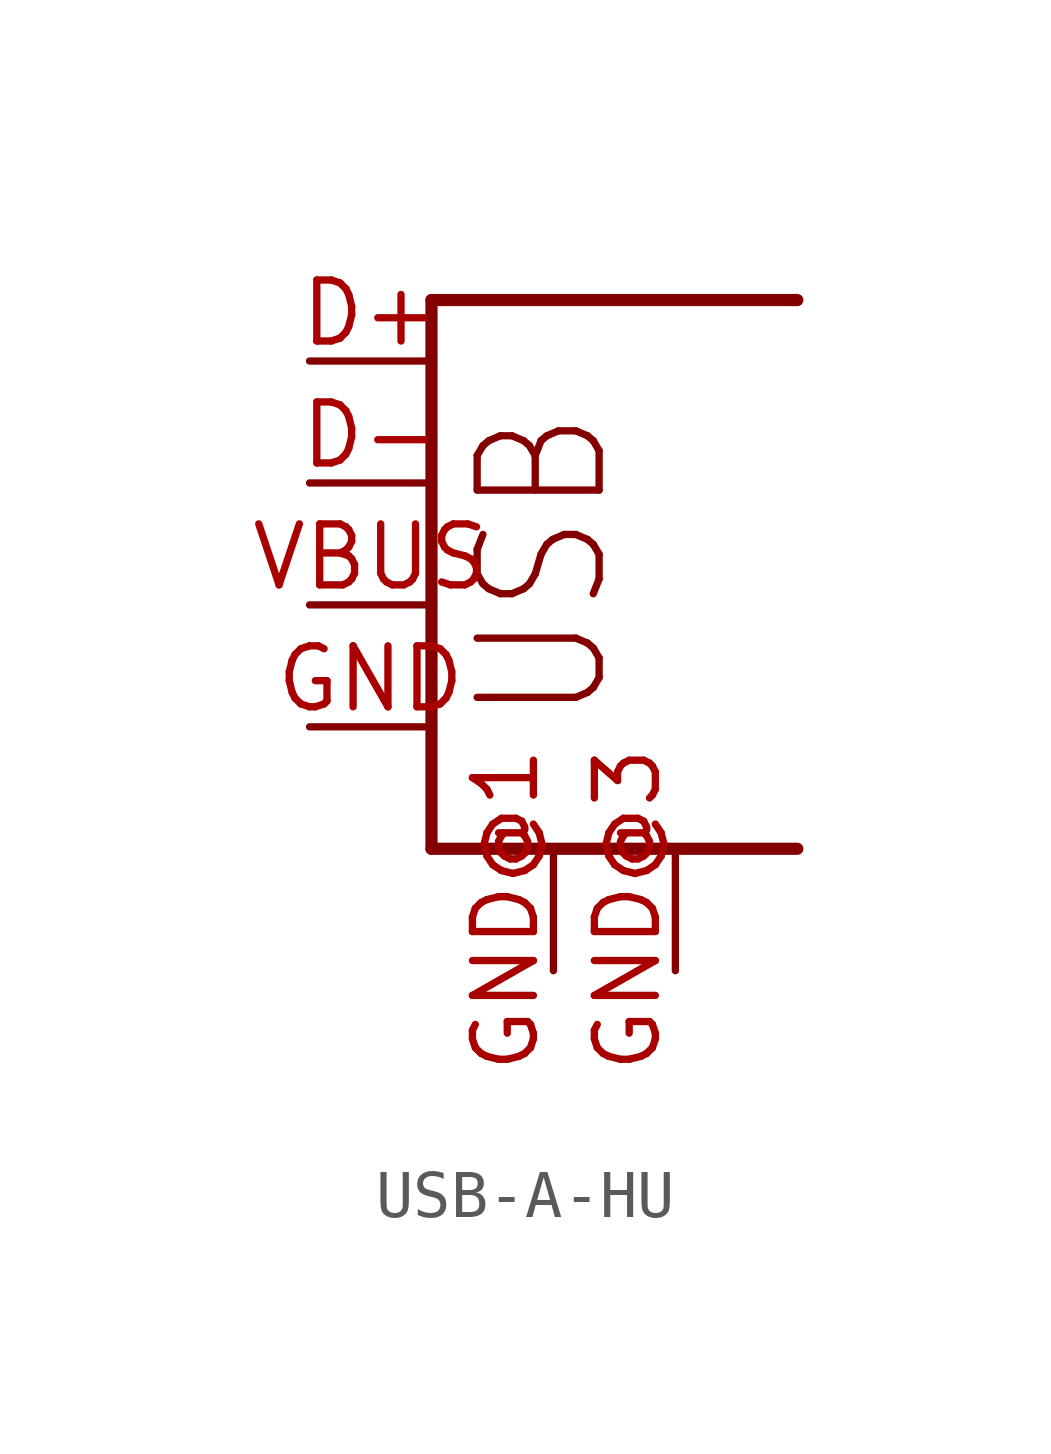
<source format=kicad_sym>
(kicad_symbol_lib
  (version 20231120)
  (generator "kicad_symbol_editor")
  (generator_version "8.0")
  (symbol "USB-A-HU"
    (property "Reference" "USB"
      (at 0 0 0)
      (effects (font (size 1.27 1.27)) (hide yes)))
    (property "ki_locked" ""
      (at 0 0 0)
      (effects (font (size 1.27 1.27))))
    (symbol "USB-A-HU_1_0"
      (polyline (pts (xy 0 -2.54) (xy 7.62 -2.54)) (stroke (width 0.254) (type solid)) (fill (type none)))
      (polyline (pts (xy 0 8.89) (xy 0 -2.54)) (stroke (width 0.254) (type solid)) (fill (type none)))
      (polyline (pts (xy 7.62 8.89) (xy 0 8.89)) (stroke (width 0.254) (type solid)) (fill (type none)))
      (text "USB" (at 3.81 0 900) (effects (font (size 2.54 2.159)) (justify left bottom)))
      (pin bidirectional line (at -2.54 7.62 0) (length 2.54) (name "D+" (effects (font (size 0 0)))) (number "D+" (effects (font (size 1.27 1.27)))))
      (pin bidirectional line (at -2.54 5.08 0) (length 2.54) (name "D-" (effects (font (size 0 0)))) (number "D-" (effects (font (size 1.27 1.27)))))
      (pin bidirectional line (at -2.54 0 0) (length 2.54) (name "GND" (effects (font (size 0 0)))) (number "GND" (effects (font (size 1.27 1.27)))))
      (pin bidirectional line (at 2.54 -5.08 90) (length 2.54) (name "GND@1" (effects (font (size 0 0)))) (number "GND@1" (effects (font (size 1.27 1.27)))))
      (pin bidirectional line (at 5.08 -5.08 90) (length 2.54) (name "GND@2" (effects (font (size 0 0)))) (number "GND@3" (effects (font (size 1.27 1.27)))))
      (pin bidirectional line (at -2.54 2.54 0) (length 2.54) (name "VBUS" (effects (font (size 0 0)))) (number "VBUS" (effects (font (size 1.27 1.27))))))))
</source>
